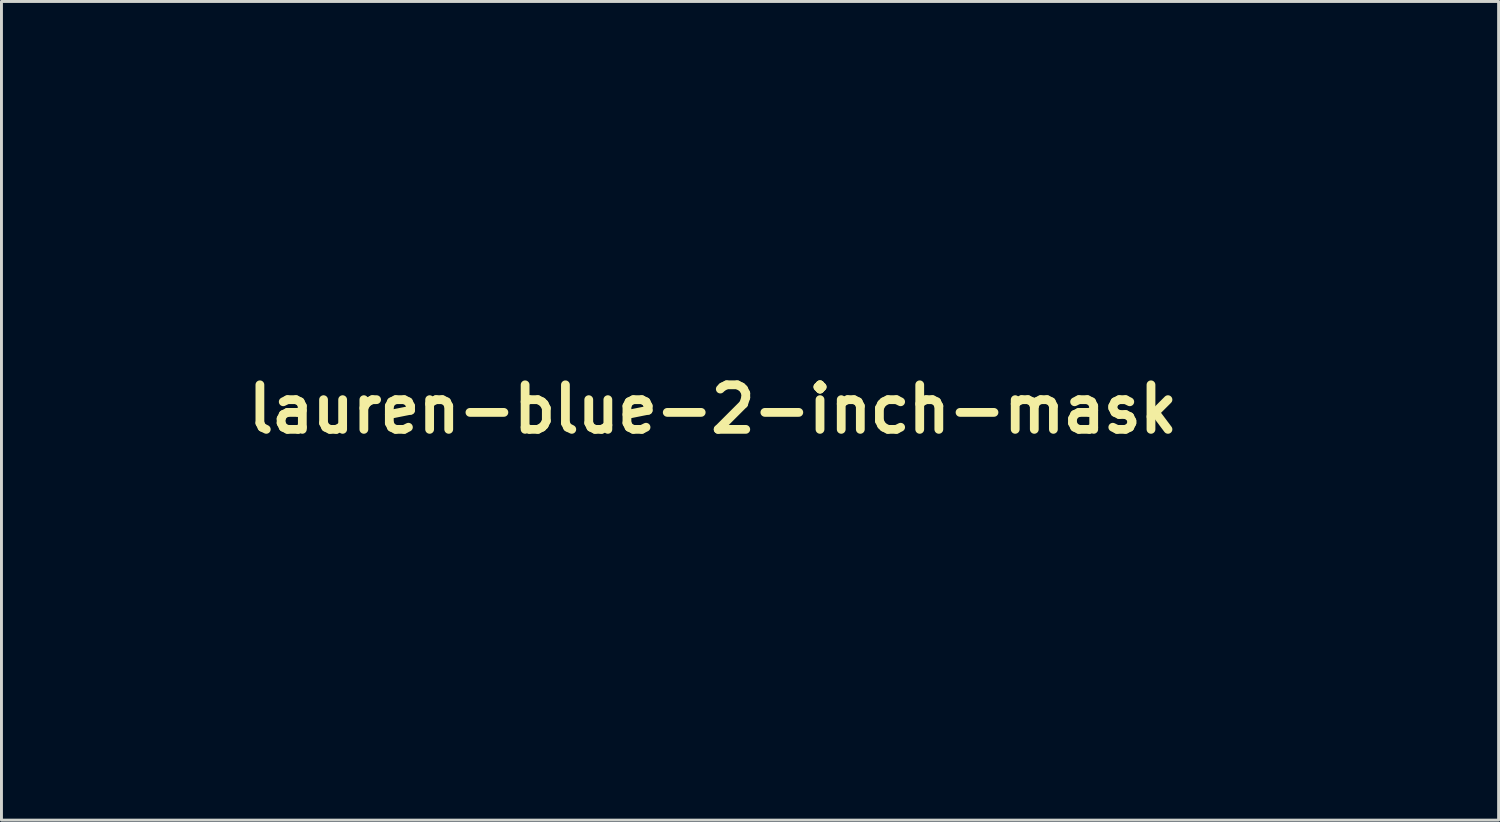
<source format=kicad_pcb>
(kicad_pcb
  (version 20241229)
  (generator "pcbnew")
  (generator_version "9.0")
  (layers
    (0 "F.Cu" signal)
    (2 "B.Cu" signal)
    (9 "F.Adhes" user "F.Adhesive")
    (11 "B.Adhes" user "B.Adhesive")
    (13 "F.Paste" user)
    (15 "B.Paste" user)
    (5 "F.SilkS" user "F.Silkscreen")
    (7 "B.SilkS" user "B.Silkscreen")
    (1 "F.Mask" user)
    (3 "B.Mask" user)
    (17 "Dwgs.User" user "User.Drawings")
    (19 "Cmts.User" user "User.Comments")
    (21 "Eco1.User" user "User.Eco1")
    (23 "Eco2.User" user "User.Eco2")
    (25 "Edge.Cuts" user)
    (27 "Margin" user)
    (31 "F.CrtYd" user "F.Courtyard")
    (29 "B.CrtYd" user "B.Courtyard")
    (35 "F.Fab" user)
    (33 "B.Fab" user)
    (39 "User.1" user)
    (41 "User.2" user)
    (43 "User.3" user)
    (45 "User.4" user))
  (footprint "lauren-blue-2-inch-mask"
    (layer "F.Cu")
    (at 21.334 10.947)
    (property "Reference" "lauren-blue-2-inch-mask" (at 0 0 0) (layer "F.SilkS") (effects (font (size 1.524 1.524) (thickness 0.3))))
    (attr through_hole)
    (fp_poly (pts (xy 8.46 8.902) (xy 8.728 8.922) (xy 8.899 9.461) (xy 9.071 10.001) (xy 9.076 9.446) (xy 9.081 8.89) (xy 9.525 8.89) (xy 9.525 11.049) (xy 9.023 11.049) (xy 8.832 10.462) (xy 8.641 9.874) (xy 8.636 11.049) (xy 8.191 11.049) (xy 8.191 8.883)) (stroke (width 0) (type solid)) (fill yes) (layer "F.Mask"))
    (fp_poly (pts (xy 4.985 0.095) (xy 4.27 0.113) (xy 3.556 0.131) (xy 3.556 1.137) (xy 3.985 1.156) (xy 4.413 1.175) (xy 4.413 1.937) (xy 3.982 1.956) (xy 3.551 1.974) (xy 3.569 2.495) (xy 3.588 3.016) (xy 4.305 3.034) (xy 5.023 3.052) (xy 5.004 3.415) (xy 4.985 3.778) (xy 2.602 3.813) (xy 2.635 -0.667) (xy 4.985 -0.667)) (stroke (width 0) (type solid)) (fill yes) (layer "F.Mask"))
    (fp_poly (pts (xy -1.968 3.815) (xy -3.003 3.778) (xy -3.804 1.302) (xy -3.81 3.81) (xy -4.699 3.81) (xy -4.699 -0.704) (xy -4.207 -0.685) (xy -3.715 -0.667) (xy -3.323 0.529) (xy -3.202 0.896) (xy -3.094 1.22) (xy -3.006 1.481) (xy -2.943 1.662) (xy -2.912 1.744) (xy -2.91 1.746) (xy -2.904 1.693) (xy -2.898 1.531) (xy -2.894 1.281) (xy -2.89 0.96) (xy -2.889 0.588) (xy -2.889 0.55) (xy -2.889 -0.667) (xy -1.968 -0.704)) (stroke (width 0) (type solid)) (fill yes) (layer "F.Mask"))
    (fp_poly (pts (xy -7.112 9.081) (xy -7.118 9.189) (xy -7.156 9.246) (xy -7.259 9.268) (xy -7.456 9.271) (xy -7.461 9.271) (xy -7.811 9.271) (xy -7.811 9.525) (xy -7.803 9.688) (xy -7.762 9.76) (xy -7.661 9.779) (xy -7.62 9.779) (xy -7.485 9.795) (xy -7.435 9.869) (xy -7.429 9.97) (xy -7.445 10.104) (xy -7.519 10.154) (xy -7.62 10.16) (xy -7.811 10.16) (xy -7.811 11.049) (xy -8.022 11.049) (xy -8.179 11.037) (xy -8.273 11.009) (xy -8.276 11.007) (xy -8.29 10.932) (xy -8.303 10.752) (xy -8.312 10.49) (xy -8.317 10.168) (xy -8.319 9.927) (xy -8.319 8.89) (xy -7.112 8.89)) (stroke (width 0) (type solid)) (fill yes) (layer "F.Mask"))
    (fp_poly (pts (xy 18.224 9.081) (xy 18.219 9.189) (xy 18.18 9.246) (xy 18.078 9.268) (xy 17.881 9.271) (xy 17.875 9.271) (xy 17.526 9.271) (xy 17.526 9.525) (xy 17.534 9.688) (xy 17.574 9.76) (xy 17.676 9.779) (xy 17.716 9.779) (xy 17.851 9.795) (xy 17.901 9.869) (xy 17.907 9.97) (xy 17.891 10.104) (xy 17.817 10.154) (xy 17.716 10.16) (xy 17.588 10.173) (xy 17.536 10.237) (xy 17.526 10.379) (xy 17.526 10.598) (xy 17.859 10.617) (xy 18.054 10.633) (xy 18.155 10.664) (xy 18.198 10.734) (xy 18.213 10.843) (xy 18.233 11.049) (xy 17.081 11.049) (xy 17.081 8.89) (xy 18.224 8.89)) (stroke (width 0) (type solid)) (fill yes) (layer "F.Mask"))
    (fp_poly (pts (xy -7.527 -10.083) (xy -7.515 -10.083) (xy -6.89 -10.065) (xy -6.826 -4.35) (xy -4.636 -4.315) (xy -4.636 -3.111) (xy -6.435 -3.111) (xy -6.9 -3.113) (xy -7.324 -3.117) (xy -7.69 -3.123) (xy -7.981 -3.131) (xy -8.181 -3.141) (xy -8.272 -3.152) (xy -8.276 -3.154) (xy -8.284 -3.224) (xy -8.292 -3.409) (xy -8.299 -3.697) (xy -8.305 -4.076) (xy -8.31 -4.536) (xy -8.314 -5.063) (xy -8.317 -5.646) (xy -8.318 -6.273) (xy -8.319 -6.575) (xy -8.318 -7.334) (xy -8.316 -7.976) (xy -8.314 -8.51) (xy -8.309 -8.945) (xy -8.303 -9.291) (xy -8.295 -9.558) (xy -8.284 -9.755) (xy -8.271 -9.891) (xy -8.255 -9.977) (xy -8.236 -10.021) (xy -8.23 -10.028) (xy -8.111 -10.066) (xy -7.874 -10.084)) (stroke (width 0) (type solid)) (fill yes) (layer "F.Mask"))
    (fp_poly (pts (xy 17.1 -10.084) (xy 17.449 -10.076) (xy 17.692 -10.063) (xy 17.836 -10.044) (xy 17.883 -10.026) (xy 17.931 -9.923) (xy 17.961 -9.734) (xy 17.974 -9.499) (xy 17.968 -9.259) (xy 17.944 -9.052) (xy 17.903 -8.919) (xy 17.887 -8.899) (xy 17.79 -8.871) (xy 17.58 -8.847) (xy 17.272 -8.828) (xy 16.88 -8.815) (xy 16.759 -8.812) (xy 15.716 -8.795) (xy 15.698 -8.017) (xy 15.681 -7.239) (xy 16.31 -7.239) (xy 16.633 -7.233) (xy 16.848 -7.214) (xy 16.973 -7.18) (xy 17.013 -7.15) (xy 17.052 -7.03) (xy 17.07 -6.801) (xy 17.068 -6.531) (xy 17.05 -6.001) (xy 15.716 -5.937) (xy 15.716 -4.35) (xy 17.939 -4.286) (xy 17.939 -3.143) (xy 16.113 -3.126) (xy 14.286 -3.11) (xy 14.303 -6.587) (xy 14.319 -10.065) (xy 16.058 -10.082) (xy 16.639 -10.085)) (stroke (width 0) (type solid)) (fill yes) (layer "F.Mask"))
    (fp_poly (pts (xy 23.219 -10.083) (xy 23.844 -10.065) (xy 23.844 -3.143) (xy 22.304 -3.108) (xy 21.911 -4.332) (xy 21.771 -4.767) (xy 21.625 -5.219) (xy 21.484 -5.652) (xy 21.359 -6.03) (xy 21.274 -6.287) (xy 21.029 -7.017) (xy 21.018 -3.111) (xy 19.62 -3.111) (xy 19.637 -6.588) (xy 19.653 -10.065) (xy 21.168 -10.065) (xy 21.788 -8.137) (xy 21.94 -7.666) (xy 22.082 -7.234) (xy 22.207 -6.855) (xy 22.312 -6.546) (xy 22.391 -6.32) (xy 22.439 -6.192) (xy 22.451 -6.169) (xy 22.461 -6.219) (xy 22.468 -6.382) (xy 22.472 -6.641) (xy 22.474 -6.982) (xy 22.473 -7.39) (xy 22.469 -7.851) (xy 22.466 -8.05) (xy 22.459 -8.631) (xy 22.456 -9.095) (xy 22.458 -9.453) (xy 22.466 -9.717) (xy 22.478 -9.895) (xy 22.496 -9.999) (xy 22.516 -10.037) (xy 22.612 -10.064) (xy 22.807 -10.081) (xy 23.072 -10.086)) (stroke (width 0) (type solid)) (fill yes) (layer "F.Mask"))
    (fp_poly (pts (xy -5.716 1.093) (xy -5.718 1.626) (xy -5.721 2.048) (xy -5.726 2.375) (xy -5.736 2.622) (xy -5.75 2.806) (xy -5.77 2.941) (xy -5.796 3.044) (xy -5.83 3.131) (xy -5.835 3.143) (xy -6.02 3.436) (xy -6.263 3.673) (xy -6.497 3.806) (xy -6.798 3.868) (xy -7.144 3.862) (xy -7.476 3.791) (xy -7.612 3.736) (xy -7.903 3.524) (xy -8.073 3.311) (xy -8.255 3.023) (xy -8.255 -0.699) (xy -7.366 -0.699) (xy -7.365 1) (xy -7.364 1.558) (xy -7.358 2.002) (xy -7.347 2.345) (xy -7.327 2.601) (xy -7.297 2.783) (xy -7.255 2.905) (xy -7.197 2.978) (xy -7.122 3.018) (xy -7.028 3.037) (xy -7.023 3.037) (xy -6.867 3.029) (xy -6.771 2.986) (xy -6.745 2.899) (xy -6.722 2.691) (xy -6.703 2.361) (xy -6.686 1.907) (xy -6.671 1.328) (xy -6.668 1.124) (xy -6.636 -0.667) (xy -5.715 -0.704)) (stroke (width 0) (type solid)) (fill yes) (layer "F.Mask"))
    (fp_poly (pts (xy 6.224 8.922) (xy 6.364 9.034) (xy 6.461 9.212) (xy 6.517 9.471) (xy 6.536 9.827) (xy 6.531 10.122) (xy 6.519 10.41) (xy 6.501 10.601) (xy 6.47 10.725) (xy 6.419 10.81) (xy 6.34 10.888) (xy 6.331 10.896) (xy 6.102 11.021) (xy 5.841 11.056) (xy 5.591 11.003) (xy 5.426 10.893) (xy 5.361 10.821) (xy 5.317 10.743) (xy 5.291 10.634) (xy 5.277 10.468) (xy 5.272 10.261) (xy 5.725 10.261) (xy 5.742 10.478) (xy 5.783 10.6) (xy 5.853 10.642) (xy 5.95 10.623) (xy 5.99 10.578) (xy 6.014 10.467) (xy 6.023 10.271) (xy 6.019 9.97) (xy 6.019 9.946) (xy 6.009 9.655) (xy 5.995 9.467) (xy 5.972 9.361) (xy 5.935 9.314) (xy 5.879 9.303) (xy 5.874 9.303) (xy 5.815 9.312) (xy 5.777 9.357) (xy 5.753 9.458) (xy 5.739 9.641) (xy 5.729 9.926) (xy 5.728 9.933) (xy 5.725 10.261) (xy 5.272 10.261) (xy 5.271 10.22) (xy 5.271 9.946) (xy 5.271 9.155) (xy 5.466 8.991) (xy 5.716 8.853) (xy 5.989 8.84)) (stroke (width 0) (type solid)) (fill yes) (layer "F.Mask"))
    (fp_poly (pts (xy -4.694 8.881) (xy -4.513 8.991) (xy -4.318 9.155) (xy -4.318 9.946) (xy -4.319 10.278) (xy -4.326 10.507) (xy -4.342 10.66) (xy -4.372 10.761) (xy -4.42 10.835) (xy -4.474 10.893) (xy -4.682 11.019) (xy -4.937 11.056) (xy -5.195 11.005) (xy -5.376 10.898) (xy -5.456 10.821) (xy -5.509 10.738) (xy -5.541 10.619) (xy -5.561 10.435) (xy -5.57 10.261) (xy -5.07 10.261) (xy -5.053 10.478) (xy -5.012 10.6) (xy -4.942 10.642) (xy -4.845 10.623) (xy -4.805 10.578) (xy -4.781 10.467) (xy -4.772 10.271) (xy -4.776 9.97) (xy -4.776 9.946) (xy -4.786 9.655) (xy -4.8 9.467) (xy -4.823 9.361) (xy -4.86 9.314) (xy -4.916 9.303) (xy -4.921 9.303) (xy -4.98 9.312) (xy -5.018 9.357) (xy -5.042 9.458) (xy -5.056 9.641) (xy -5.066 9.926) (xy -5.067 9.933) (xy -5.07 10.261) (xy -5.57 10.261) (xy -5.575 10.158) (xy -5.577 10.111) (xy -5.581 9.745) (xy -5.564 9.447) (xy -5.527 9.246) (xy -5.526 9.245) (xy -5.394 9.02) (xy -5.19 8.88) (xy -4.946 8.831)) (stroke (width 0) (type solid)) (fill yes) (layer "F.Mask"))
    (fp_poly (pts (xy 14.646 8.903) (xy 14.898 8.917) (xy 15.058 8.941) (xy 15.159 8.986) (xy 15.236 9.063) (xy 15.258 9.091) (xy 15.359 9.322) (xy 15.378 9.598) (xy 15.314 9.868) (xy 15.274 9.949) (xy 15.219 10.053) (xy 15.198 10.149) (xy 15.213 10.273) (xy 15.266 10.465) (xy 15.297 10.567) (xy 15.363 10.783) (xy 15.41 10.945) (xy 15.43 11.022) (xy 15.431 11.024) (xy 15.375 11.041) (xy 15.237 11.049) (xy 15.21 11.049) (xy 15.074 11.037) (xy 14.978 10.985) (xy 14.905 10.869) (xy 14.837 10.667) (xy 14.792 10.493) (xy 14.737 10.309) (xy 14.684 10.188) (xy 14.656 10.16) (xy 14.631 10.218) (xy 14.613 10.371) (xy 14.605 10.587) (xy 14.605 10.604) (xy 14.605 11.049) (xy 14.161 11.049) (xy 14.161 9.525) (xy 14.605 9.525) (xy 14.617 9.7) (xy 14.669 9.77) (xy 14.779 9.756) (xy 14.822 9.74) (xy 14.918 9.651) (xy 14.931 9.52) (xy 14.874 9.387) (xy 14.763 9.293) (xy 14.663 9.271) (xy 14.627 9.327) (xy 14.606 9.468) (xy 14.605 9.525) (xy 14.161 9.525) (xy 14.161 8.885)) (stroke (width 0) (type solid)) (fill yes) (layer "F.Mask"))
    (fp_poly (pts (xy -1.89 8.895) (xy -1.73 8.915) (xy -1.622 8.961) (xy -1.529 9.043) (xy -1.519 9.054) (xy -1.407 9.25) (xy -1.36 9.497) (xy -1.38 9.745) (xy -1.47 9.944) (xy -1.483 9.96) (xy -1.543 10.033) (xy -1.567 10.107) (xy -1.556 10.216) (xy -1.509 10.394) (xy -1.468 10.532) (xy -1.402 10.753) (xy -1.354 10.925) (xy -1.334 11.012) (xy -1.333 11.015) (xy -1.389 11.037) (xy -1.527 11.04) (xy -1.57 11.037) (xy -1.694 11.021) (xy -1.775 10.982) (xy -1.832 10.891) (xy -1.89 10.72) (xy -1.928 10.589) (xy -1.996 10.377) (xy -2.058 10.224) (xy -2.103 10.16) (xy -2.105 10.16) (xy -2.131 10.218) (xy -2.151 10.371) (xy -2.159 10.587) (xy -2.159 10.604) (xy -2.159 11.049) (xy -2.603 11.049) (xy -2.603 9.525) (xy -2.159 9.525) (xy -2.147 9.7) (xy -2.095 9.77) (xy -1.985 9.756) (xy -1.942 9.74) (xy -1.846 9.651) (xy -1.833 9.52) (xy -1.89 9.387) (xy -2.001 9.293) (xy -2.101 9.271) (xy -2.137 9.327) (xy -2.158 9.468) (xy -2.159 9.525) (xy -2.603 9.525) (xy -2.603 8.89) (xy -2.138 8.89)) (stroke (width 0) (type solid)) (fill yes) (layer "F.Mask"))
    (fp_poly (pts (xy 20.65 8.881) (xy 20.851 9.023) (xy 20.984 9.222) (xy 21.018 9.393) (xy 21.006 9.526) (xy 20.942 9.579) (xy 20.803 9.588) (xy 20.647 9.57) (xy 20.571 9.498) (xy 20.548 9.43) (xy 20.479 9.304) (xy 20.385 9.277) (xy 20.302 9.355) (xy 20.294 9.375) (xy 20.308 9.467) (xy 20.41 9.606) (xy 20.608 9.804) (xy 20.636 9.83) (xy 20.827 10.01) (xy 20.941 10.139) (xy 20.998 10.25) (xy 21.017 10.375) (xy 21.018 10.459) (xy 20.971 10.738) (xy 20.832 10.93) (xy 20.606 11.032) (xy 20.434 11.047) (xy 20.24 11.028) (xy 20.089 10.984) (xy 20.06 10.968) (xy 19.913 10.795) (xy 19.823 10.578) (xy 19.812 10.482) (xy 19.837 10.39) (xy 19.934 10.354) (xy 20.024 10.351) (xy 20.192 10.376) (xy 20.29 10.472) (xy 20.308 10.508) (xy 20.397 10.623) (xy 20.477 10.628) (xy 20.562 10.547) (xy 20.542 10.418) (xy 20.421 10.254) (xy 20.207 10.067) (xy 20.158 10.031) (xy 19.941 9.815) (xy 19.829 9.57) (xy 19.827 9.317) (xy 19.937 9.081) (xy 19.998 9.012) (xy 20.184 8.872) (xy 20.39 8.827) (xy 20.415 8.826)) (stroke (width 0) (type solid)) (fill yes) (layer "F.Mask"))
    (fp_poly (pts (xy 12.006 8.858) (xy 12.224 8.957) (xy 12.379 9.124) (xy 12.445 9.347) (xy 12.446 9.372) (xy 12.435 9.518) (xy 12.377 9.577) (xy 12.232 9.588) (xy 12.231 9.588) (xy 12.075 9.571) (xy 11.999 9.498) (xy 11.974 9.426) (xy 11.906 9.3) (xy 11.825 9.283) (xy 11.773 9.31) (xy 11.739 9.383) (xy 11.717 9.525) (xy 11.703 9.759) (xy 11.697 9.933) (xy 11.696 10.277) (xy 11.718 10.504) (xy 11.765 10.623) (xy 11.841 10.641) (xy 11.92 10.593) (xy 11.986 10.487) (xy 11.999 10.356) (xy 11.963 10.252) (xy 11.906 10.223) (xy 11.831 10.167) (xy 11.811 10.033) (xy 11.818 9.92) (xy 11.861 9.864) (xy 11.972 9.845) (xy 12.129 9.842) (xy 12.446 9.842) (xy 12.446 10.29) (xy 12.44 10.537) (xy 12.416 10.697) (xy 12.364 10.808) (xy 12.29 10.893) (xy 12.082 11.019) (xy 11.827 11.056) (xy 11.569 11.005) (xy 11.388 10.898) (xy 11.308 10.821) (xy 11.255 10.738) (xy 11.223 10.619) (xy 11.203 10.435) (xy 11.189 10.158) (xy 11.187 10.111) (xy 11.183 9.689) (xy 11.212 9.373) (xy 11.279 9.148) (xy 11.388 8.995) (xy 11.496 8.921) (xy 11.754 8.842)) (stroke (width 0) (type solid)) (fill yes) (layer "F.Mask"))
    (fp_poly (pts (xy 23.552 8.903) (xy 23.715 9.014) (xy 23.796 9.164) (xy 23.834 9.346) (xy 23.829 9.492) (xy 23.768 9.555) (xy 23.64 9.576) (xy 23.493 9.574) (xy 23.421 9.511) (xy 23.394 9.43) (xy 23.327 9.304) (xy 23.25 9.284) (xy 23.146 9.348) (xy 23.141 9.465) (xy 23.231 9.613) (xy 23.314 9.696) (xy 23.563 9.914) (xy 23.726 10.076) (xy 23.822 10.203) (xy 23.867 10.314) (xy 23.876 10.413) (xy 23.828 10.704) (xy 23.688 10.909) (xy 23.46 11.023) (xy 23.254 11.047) (xy 23.031 11.023) (xy 22.868 10.933) (xy 22.825 10.893) (xy 22.697 10.692) (xy 22.669 10.544) (xy 22.683 10.411) (xy 22.75 10.359) (xy 22.877 10.351) (xy 23.046 10.379) (xy 23.141 10.48) (xy 23.147 10.493) (xy 23.217 10.597) (xy 23.273 10.622) (xy 23.325 10.563) (xy 23.355 10.448) (xy 23.355 10.337) (xy 23.318 10.287) (xy 23.318 10.287) (xy 23.244 10.247) (xy 23.109 10.142) (xy 22.964 10.013) (xy 22.799 9.849) (xy 22.71 9.721) (xy 22.675 9.589) (xy 22.669 9.469) (xy 22.684 9.271) (xy 22.718 9.113) (xy 22.731 9.085) (xy 22.871 8.944) (xy 23.083 8.865) (xy 23.324 8.85)) (stroke (width 0) (type solid)) (fill yes) (layer "F.Mask"))
    (fp_poly (pts (xy -19.527 -10.876) (xy -19.464 -10.712) (xy -19.383 -10.483) (xy -19.331 -10.33) (xy -19.135 -9.747) (xy -18.442 -9.716) (xy -17.748 -9.684) (xy -18.308 -9.28) (xy -18.532 -9.11) (xy -18.709 -8.961) (xy -18.817 -8.851) (xy -18.841 -8.803) (xy -18.746 -8.533) (xy -18.656 -8.257) (xy -18.58 -8.003) (xy -18.525 -7.798) (xy -18.499 -7.669) (xy -18.501 -7.64) (xy -18.564 -7.659) (xy -18.703 -7.74) (xy -18.894 -7.867) (xy -18.987 -7.934) (xy -19.202 -8.086) (xy -19.385 -8.21) (xy -19.507 -8.285) (xy -19.531 -8.297) (xy -19.627 -8.28) (xy -19.785 -8.199) (xy -19.956 -8.084) (xy -20.258 -7.861) (xy -20.472 -7.709) (xy -20.608 -7.621) (xy -20.678 -7.59) (xy -20.694 -7.609) (xy -20.689 -7.623) (xy -20.656 -7.722) (xy -20.597 -7.91) (xy -20.521 -8.154) (xy -20.481 -8.286) (xy -20.307 -8.856) (xy -20.52 -9.034) (xy -20.701 -9.177) (xy -20.922 -9.339) (xy -21.033 -9.416) (xy -21.196 -9.535) (xy -21.306 -9.629) (xy -21.334 -9.668) (xy -21.276 -9.687) (xy -21.117 -9.703) (xy -20.883 -9.713) (xy -20.673 -9.716) (xy -20.011 -9.716) (xy -19.803 -10.348) (xy -19.715 -10.604) (xy -19.639 -10.804) (xy -19.584 -10.924) (xy -19.561 -10.947)) (stroke (width 0) (type solid)) (fill yes) (layer "F.Mask"))
    (fp_poly (pts (xy 3.262 8.896) (xy 3.456 9.015) (xy 3.571 9.226) (xy 3.594 9.319) (xy 3.614 9.449) (xy 3.584 9.508) (xy 3.472 9.524) (xy 3.373 9.525) (xy 3.204 9.515) (xy 3.128 9.474) (xy 3.111 9.398) (xy 3.066 9.299) (xy 2.966 9.271) (xy 2.866 9.318) (xy 2.833 9.371) (xy 2.808 9.508) (xy 2.796 9.724) (xy 2.796 9.977) (xy 2.807 10.226) (xy 2.829 10.43) (xy 2.858 10.543) (xy 2.952 10.625) (xy 3.051 10.607) (xy 3.109 10.503) (xy 3.111 10.471) (xy 3.135 10.392) (xy 3.229 10.357) (xy 3.365 10.351) (xy 3.529 10.359) (xy 3.602 10.4) (xy 3.619 10.496) (xy 3.619 10.514) (xy 3.571 10.678) (xy 3.444 10.853) (xy 3.434 10.863) (xy 3.277 10.99) (xy 3.105 11.042) (xy 2.963 11.049) (xy 2.763 11.033) (xy 2.626 10.968) (xy 2.514 10.854) (xy 2.442 10.761) (xy 2.395 10.668) (xy 2.368 10.546) (xy 2.354 10.367) (xy 2.35 10.102) (xy 2.349 9.936) (xy 2.351 9.62) (xy 2.36 9.402) (xy 2.381 9.256) (xy 2.418 9.155) (xy 2.476 9.069) (xy 2.503 9.036) (xy 2.619 8.926) (xy 2.751 8.873) (xy 2.95 8.858) (xy 2.977 8.858)) (stroke (width 0) (type solid)) (fill yes) (layer "F.Mask"))
    (fp_poly (pts (xy 22.05 -0.698) (xy 22.479 -0.69) (xy 22.806 -0.661) (xy 23.058 -0.607) (xy 23.259 -0.52) (xy 23.435 -0.397) (xy 23.461 -0.375) (xy 23.592 -0.248) (xy 23.694 -0.114) (xy 23.768 0.043) (xy 23.82 0.243) (xy 23.851 0.502) (xy 23.867 0.838) (xy 23.87 1.27) (xy 23.865 1.693) (xy 23.858 2.137) (xy 23.85 2.473) (xy 23.839 2.72) (xy 23.824 2.898) (xy 23.801 3.025) (xy 23.769 3.121) (xy 23.724 3.205) (xy 23.674 3.283) (xy 23.518 3.481) (xy 23.339 3.624) (xy 23.112 3.721) (xy 22.818 3.779) (xy 22.433 3.806) (xy 22.141 3.81) (xy 21.336 3.81) (xy 21.336 2.293) (xy 22.235 2.293) (xy 22.236 2.596) (xy 22.24 2.818) (xy 22.246 2.94) (xy 22.249 2.955) (xy 22.327 3.004) (xy 22.472 3.003) (xy 22.637 2.961) (xy 22.779 2.887) (xy 22.83 2.836) (xy 22.865 2.76) (xy 22.891 2.635) (xy 22.908 2.444) (xy 22.918 2.169) (xy 22.923 1.794) (xy 22.924 1.556) (xy 22.921 1.089) (xy 22.91 0.735) (xy 22.887 0.479) (xy 22.846 0.305) (xy 22.783 0.2) (xy 22.695 0.148) (xy 22.575 0.135) (xy 22.489 0.139) (xy 22.257 0.159) (xy 22.24 1.522) (xy 22.236 1.928) (xy 22.235 2.293) (xy 21.336 2.293) (xy 21.336 -0.699)) (stroke (width 0) (type solid)) (fill yes) (layer "F.Mask"))
    (fp_poly (pts (xy 10.37 -10.064) (xy 10.697 -10.061) (xy 10.938 -10.054) (xy 11.116 -10.039) (xy 11.252 -10.015) (xy 11.366 -9.98) (xy 11.48 -9.931) (xy 11.57 -9.887) (xy 11.888 -9.696) (xy 12.137 -9.456) (xy 12.348 -9.137) (xy 12.44 -8.954) (xy 12.519 -8.769) (xy 12.568 -8.596) (xy 12.594 -8.394) (xy 12.604 -8.124) (xy 12.604 -7.969) (xy 12.601 -7.662) (xy 12.585 -7.441) (xy 12.549 -7.267) (xy 12.487 -7.1) (xy 12.426 -6.971) (xy 12.286 -6.734) (xy 12.116 -6.512) (xy 12.004 -6.399) (xy 11.761 -6.191) (xy 12.228 -4.699) (xy 12.355 -4.285) (xy 12.464 -3.912) (xy 12.552 -3.595) (xy 12.614 -3.353) (xy 12.644 -3.201) (xy 12.644 -3.157) (xy 12.564 -3.138) (xy 12.385 -3.126) (xy 12.135 -3.122) (xy 11.907 -3.125) (xy 11.22 -3.143) (xy 10.442 -5.937) (xy 10.035 -5.977) (xy 10.001 -3.143) (xy 9.318 -3.125) (xy 8.635 -3.107) (xy 8.651 -6.586) (xy 8.662 -8.826) (xy 10.033 -8.826) (xy 10.033 -7.112) (xy 10.405 -7.112) (xy 10.634 -7.121) (xy 10.783 -7.158) (xy 10.901 -7.237) (xy 10.944 -7.278) (xy 11.096 -7.51) (xy 11.172 -7.8) (xy 11.173 -8.109) (xy 11.1 -8.397) (xy 10.952 -8.626) (xy 10.927 -8.65) (xy 10.782 -8.759) (xy 10.628 -8.811) (xy 10.41 -8.826) (xy 10.381 -8.826) (xy 10.033 -8.826) (xy 8.662 -8.826) (xy 8.668 -10.065) (xy 9.938 -10.065)) (stroke (width 0) (type solid)) (fill yes) (layer "F.Mask"))
    (fp_poly (pts (xy 4.255 -7.363) (xy 4.263 -6.7) (xy 4.271 -6.152) (xy 4.279 -5.707) (xy 4.288 -5.354) (xy 4.299 -5.08) (xy 4.312 -4.875) (xy 4.327 -4.725) (xy 4.346 -4.62) (xy 4.368 -4.547) (xy 4.395 -4.495) (xy 4.397 -4.493) (xy 4.557 -4.35) (xy 4.774 -4.275) (xy 4.994 -4.283) (xy 5.072 -4.314) (xy 5.141 -4.354) (xy 5.198 -4.401) (xy 5.244 -4.467) (xy 5.282 -4.563) (xy 5.312 -4.702) (xy 5.335 -4.893) (xy 5.353 -5.149) (xy 5.366 -5.481) (xy 5.377 -5.901) (xy 5.386 -6.419) (xy 5.394 -7.049) (xy 5.397 -7.366) (xy 5.429 -10.065) (xy 6.763 -10.065) (xy 6.779 -7.369) (xy 6.783 -6.658) (xy 6.784 -6.063) (xy 6.781 -5.569) (xy 6.773 -5.165) (xy 6.758 -4.839) (xy 6.735 -4.578) (xy 6.703 -4.37) (xy 6.66 -4.202) (xy 6.606 -4.062) (xy 6.538 -3.938) (xy 6.456 -3.817) (xy 6.394 -3.735) (xy 6.142 -3.484) (xy 5.801 -3.263) (xy 5.786 -3.255) (xy 5.575 -3.152) (xy 5.401 -3.091) (xy 5.218 -3.061) (xy 4.976 -3.052) (xy 4.836 -3.053) (xy 4.559 -3.063) (xy 4.308 -3.085) (xy 4.128 -3.116) (xy 4.096 -3.125) (xy 3.722 -3.317) (xy 3.386 -3.602) (xy 3.114 -3.949) (xy 2.937 -4.328) (xy 2.921 -4.381) (xy 2.904 -4.511) (xy 2.891 -4.762) (xy 2.88 -5.127) (xy 2.874 -5.598) (xy 2.87 -6.169) (xy 2.87 -6.834) (xy 2.873 -7.344) (xy 2.889 -10.065) (xy 4.223 -10.065)) (stroke (width 0) (type solid)) (fill yes) (layer "F.Mask"))
    (fp_poly (pts (xy 0.579 -0.66) (xy 0.843 -0.604) (xy 1.053 -0.512) (xy 1.206 -0.404) (xy 1.338 -0.285) (xy 1.438 -0.168) (xy 1.512 -0.033) (xy 1.564 0.14) (xy 1.598 0.369) (xy 1.62 0.674) (xy 1.633 1.074) (xy 1.64 1.401) (xy 1.645 1.924) (xy 1.639 2.352) (xy 1.623 2.674) (xy 1.597 2.883) (xy 1.59 2.91) (xy 1.467 3.191) (xy 1.268 3.455) (xy 1.031 3.658) (xy 0.908 3.724) (xy 0.759 3.761) (xy 0.532 3.788) (xy 0.255 3.806) (xy -0.045 3.814) (xy -0.34 3.811) (xy -0.601 3.799) (xy -0.801 3.776) (xy -0.911 3.743) (xy -0.924 3.73) (xy -0.93 3.65) (xy -0.936 3.458) (xy -0.939 3.169) (xy -0.941 2.799) (xy -0.942 2.364) (xy -0.94 1.878) (xy -0.937 1.492) (xy -0.927 0.127) (xy 0 0.127) (xy 0 1.545) (xy 0.001 1.957) (xy 0.005 2.324) (xy 0.011 2.629) (xy 0.019 2.853) (xy 0.028 2.977) (xy 0.032 2.996) (xy 0.11 3.007) (xy 0.261 2.995) (xy 0.301 2.989) (xy 0.509 2.916) (xy 0.619 2.793) (xy 0.651 2.69) (xy 0.672 2.515) (xy 0.684 2.252) (xy 0.688 1.89) (xy 0.684 1.471) (xy 0.677 1.057) (xy 0.668 0.751) (xy 0.656 0.536) (xy 0.638 0.392) (xy 0.613 0.302) (xy 0.578 0.247) (xy 0.543 0.217) (xy 0.393 0.153) (xy 0.21 0.127) (xy 0 0.127) (xy -0.927 0.127) (xy -0.921 -0.667) (xy -0.205 -0.685) (xy 0.237 -0.686)) (stroke (width 0) (type solid)) (fill yes) (layer "F.Mask"))
    (fp_poly (pts (xy 7.187 -0.666) (xy 7.441 -0.66) (xy 7.62 -0.646) (xy 7.748 -0.619) (xy 7.851 -0.577) (xy 7.954 -0.515) (xy 7.982 -0.496) (xy 8.251 -0.248) (xy 8.424 0.078) (xy 8.503 0.486) (xy 8.509 0.651) (xy 8.492 0.994) (xy 8.433 1.253) (xy 8.317 1.468) (xy 8.176 1.634) (xy 7.978 1.839) (xy 8.275 2.784) (xy 8.377 3.111) (xy 8.464 3.395) (xy 8.529 3.613) (xy 8.567 3.744) (xy 8.572 3.772) (xy 8.514 3.79) (xy 8.36 3.8) (xy 8.14 3.799) (xy 8.088 3.797) (xy 7.604 3.778) (xy 7.427 3.143) (xy 7.344 2.842) (xy 7.265 2.556) (xy 7.203 2.327) (xy 7.179 2.238) (xy 7.114 2.057) (xy 7.034 1.977) (xy 6.983 1.968) (xy 6.934 1.975) (xy 6.9 2.009) (xy 6.878 2.088) (xy 6.865 2.232) (xy 6.86 2.461) (xy 6.858 2.792) (xy 6.858 2.889) (xy 6.858 3.81) (xy 6.412 3.81) (xy 6.131 3.799) (xy 5.972 3.764) (xy 5.934 3.73) (xy 5.928 3.65) (xy 5.922 3.458) (xy 5.919 3.169) (xy 5.917 2.799) (xy 5.916 2.364) (xy 5.918 1.878) (xy 5.921 1.492) (xy 5.931 0.127) (xy 6.858 0.127) (xy 6.858 0.656) (xy 6.863 0.904) (xy 6.875 1.101) (xy 6.894 1.214) (xy 6.9 1.228) (xy 7.022 1.27) (xy 7.195 1.243) (xy 7.369 1.154) (xy 7.382 1.144) (xy 7.546 0.942) (xy 7.595 0.69) (xy 7.554 0.469) (xy 7.442 0.262) (xy 7.265 0.153) (xy 7.053 0.127) (xy 6.858 0.127) (xy 5.931 0.127) (xy 5.937 -0.667) (xy 6.831 -0.667)) (stroke (width 0) (type solid)) (fill yes) (layer "F.Mask"))
    (fp_poly (pts (xy 19.37 -0.7) (xy 19.642 -0.622) (xy 19.874 -0.473) (xy 20.014 -0.339) (xy 20.109 -0.23) (xy 20.182 -0.117) (xy 20.236 0.017) (xy 20.274 0.192) (xy 20.298 0.424) (xy 20.312 0.73) (xy 20.319 1.13) (xy 20.32 1.594) (xy 20.319 2.057) (xy 20.316 2.411) (xy 20.308 2.675) (xy 20.295 2.869) (xy 20.274 3.011) (xy 20.245 3.119) (xy 20.206 3.212) (xy 20.192 3.241) (xy 19.975 3.535) (xy 19.674 3.736) (xy 19.293 3.84) (xy 19.121 3.854) (xy 18.874 3.854) (xy 18.654 3.837) (xy 18.529 3.814) (xy 18.201 3.645) (xy 17.943 3.378) (xy 17.849 3.218) (xy 17.805 3.117) (xy 17.771 3.01) (xy 17.748 2.878) (xy 17.732 2.701) (xy 17.722 2.459) (xy 17.718 2.134) (xy 17.717 1.705) (xy 17.716 1.597) (xy 17.719 1.092) (xy 17.728 0.696) (xy 17.747 0.39) (xy 17.765 0.257) (xy 18.669 0.257) (xy 18.669 1.553) (xy 18.67 2.026) (xy 18.677 2.387) (xy 18.694 2.652) (xy 18.724 2.834) (xy 18.771 2.95) (xy 18.839 3.015) (xy 18.932 3.042) (xy 19.054 3.048) (xy 19.058 3.048) (xy 19.197 3.025) (xy 19.288 2.934) (xy 19.339 2.828) (xy 19.372 2.682) (xy 19.399 2.437) (xy 19.418 2.123) (xy 19.43 1.766) (xy 19.434 1.396) (xy 19.43 1.041) (xy 19.418 0.729) (xy 19.397 0.488) (xy 19.369 0.353) (xy 19.247 0.174) (xy 19.075 0.094) (xy 18.883 0.122) (xy 18.83 0.151) (xy 18.669 0.257) (xy 17.765 0.257) (xy 17.779 0.156) (xy 17.827 -0.023) (xy 17.894 -0.167) (xy 17.984 -0.292) (xy 18.053 -0.37) (xy 18.275 -0.557) (xy 18.536 -0.669) (xy 18.869 -0.717) (xy 19.018 -0.721)) (stroke (width 0) (type solid)) (fill yes) (layer "F.Mask"))
    (fp_poly (pts (xy 15.919 -0.674) (xy 16.265 -0.522) (xy 16.538 -0.268) (xy 16.638 -0.117) (xy 16.693 -0.014) (xy 16.735 0.088) (xy 16.764 0.21) (xy 16.785 0.373) (xy 16.799 0.598) (xy 16.809 0.906) (xy 16.817 1.319) (xy 16.817 1.343) (xy 16.822 1.901) (xy 16.812 2.349) (xy 16.786 2.703) (xy 16.739 2.979) (xy 16.672 3.194) (xy 16.581 3.364) (xy 16.524 3.439) (xy 16.246 3.674) (xy 15.891 3.821) (xy 15.494 3.871) (xy 15.205 3.844) (xy 14.938 3.775) (xy 14.888 3.754) (xy 14.576 3.547) (xy 14.34 3.256) (xy 14.221 2.974) (xy 14.196 2.805) (xy 14.179 2.523) (xy 14.169 2.14) (xy 14.169 1.669) (xy 14.17 1.527) (xy 15.113 1.527) (xy 15.113 1.542) (xy 15.115 2.019) (xy 15.125 2.384) (xy 15.146 2.652) (xy 15.182 2.837) (xy 15.237 2.955) (xy 15.314 3.019) (xy 15.417 3.045) (xy 15.494 3.048) (xy 15.689 2.992) (xy 15.776 2.907) (xy 15.813 2.833) (xy 15.839 2.719) (xy 15.857 2.547) (xy 15.868 2.299) (xy 15.874 1.956) (xy 15.875 1.601) (xy 15.872 1.14) (xy 15.862 0.789) (xy 15.842 0.531) (xy 15.81 0.349) (xy 15.764 0.225) (xy 15.7 0.144) (xy 15.659 0.112) (xy 15.488 0.067) (xy 15.306 0.135) (xy 15.24 0.191) (xy 15.196 0.243) (xy 15.163 0.31) (xy 15.141 0.412) (xy 15.126 0.565) (xy 15.118 0.79) (xy 15.114 1.105) (xy 15.113 1.527) (xy 14.17 1.527) (xy 14.172 1.4) (xy 14.179 0.96) (xy 14.187 0.627) (xy 14.197 0.383) (xy 14.213 0.208) (xy 14.236 0.082) (xy 14.269 -0.014) (xy 14.315 -0.098) (xy 14.367 -0.178) (xy 14.618 -0.457) (xy 14.94 -0.635) (xy 15.339 -0.717) (xy 15.498 -0.723)) (stroke (width 0) (type solid)) (fill yes) (layer "F.Mask"))
    (fp_poly (pts (xy -0.602 -10.095) (xy -0.391 -10.088) (xy -0.261 -10.072) (xy -0.187 -10.041) (xy -0.146 -9.992) (xy -0.128 -9.954) (xy -0.105 -9.868) (xy -0.059 -9.673) (xy 0.008 -9.383) (xy 0.091 -9.011) (xy 0.189 -8.572) (xy 0.297 -8.08) (xy 0.413 -7.549) (xy 0.534 -6.993) (xy 0.656 -6.427) (xy 0.778 -5.865) (xy 0.894 -5.32) (xy 1.003 -4.807) (xy 1.102 -4.34) (xy 1.187 -3.934) (xy 1.256 -3.601) (xy 1.304 -3.358) (xy 1.33 -3.217) (xy 1.334 -3.189) (xy 1.303 -3.152) (xy 1.201 -3.13) (xy 1.01 -3.121) (xy 0.713 -3.123) (xy 0.619 -3.125) (xy -0.095 -3.143) (xy -0.289 -4.159) (xy -1.619 -4.159) (xy -1.798 -3.111) (xy -2.483 -3.111) (xy -2.764 -3.116) (xy -2.994 -3.127) (xy -3.147 -3.143) (xy -3.195 -3.159) (xy -3.187 -3.229) (xy -3.154 -3.408) (xy -3.099 -3.684) (xy -3.026 -4.043) (xy -2.936 -4.47) (xy -2.834 -4.953) (xy -2.721 -5.476) (xy -2.707 -5.544) (xy -1.378 -5.544) (xy -1.365 -5.427) (xy -1.322 -5.363) (xy -1.248 -5.335) (xy -1.139 -5.331) (xy -0.994 -5.334) (xy -0.953 -5.334) (xy -0.689 -5.343) (xy -0.544 -5.372) (xy -0.508 -5.411) (xy -0.519 -5.499) (xy -0.547 -5.688) (xy -0.59 -5.953) (xy -0.643 -6.269) (xy -0.702 -6.612) (xy -0.762 -6.958) (xy -0.819 -7.282) (xy -0.869 -7.56) (xy -0.909 -7.766) (xy -0.931 -7.874) (xy -0.956 -7.878) (xy -0.997 -7.758) (xy -1.053 -7.514) (xy -1.123 -7.147) (xy -1.18 -6.826) (xy -1.263 -6.354) (xy -1.325 -5.993) (xy -1.364 -5.728) (xy -1.378 -5.544) (xy -2.707 -5.544) (xy -2.602 -6.027) (xy -2.479 -6.592) (xy -2.355 -7.157) (xy -2.233 -7.708) (xy -2.117 -8.231) (xy -2.008 -8.713) (xy -1.911 -9.139) (xy -1.828 -9.497) (xy -1.762 -9.772) (xy -1.716 -9.95) (xy -1.695 -10.017) (xy -1.619 -10.056) (xy -1.445 -10.081) (xy -1.162 -10.094) (xy -0.916 -10.097)) (stroke (width 0) (type solid)) (fill yes) (layer "F.Mask"))
    (fp_poly (pts (xy 11.649 -0.678) (xy 11.766 -0.635) (xy 11.785 -0.612) (xy 11.806 -0.523) (xy 11.844 -0.331) (xy 11.894 -0.06) (xy 11.953 0.267) (xy 11.995 0.515) (xy 12.061 0.895) (xy 12.112 1.165) (xy 12.154 1.322) (xy 12.19 1.366) (xy 12.226 1.292) (xy 12.266 1.1) (xy 12.315 0.787) (xy 12.378 0.35) (xy 12.381 0.327) (xy 12.429 -0.001) (xy 12.474 -0.285) (xy 12.512 -0.501) (xy 12.539 -0.624) (xy 12.545 -0.641) (xy 12.624 -0.672) (xy 12.787 -0.691) (xy 12.99 -0.697) (xy 13.193 -0.691) (xy 13.352 -0.673) (xy 13.425 -0.644) (xy 13.419 -0.575) (xy 13.394 -0.397) (xy 13.351 -0.13) (xy 13.294 0.212) (xy 13.226 0.609) (xy 13.149 1.046) (xy 13.067 1.504) (xy 12.983 1.967) (xy 12.9 2.418) (xy 12.82 2.84) (xy 12.748 3.215) (xy 12.686 3.526) (xy 12.663 3.635) (xy 12.636 3.73) (xy 12.584 3.782) (xy 12.476 3.805) (xy 12.28 3.81) (xy 12.217 3.81) (xy 12.057 3.81) (xy 11.937 3.801) (xy 11.848 3.766) (xy 11.781 3.688) (xy 11.728 3.553) (xy 11.68 3.344) (xy 11.63 3.044) (xy 11.568 2.638) (xy 11.555 2.554) (xy 11.502 2.226) (xy 11.452 1.951) (xy 11.409 1.751) (xy 11.377 1.644) (xy 11.365 1.634) (xy 11.342 1.71) (xy 11.307 1.891) (xy 11.262 2.152) (xy 11.213 2.472) (xy 11.181 2.696) (xy 11.132 3.042) (xy 11.086 3.343) (xy 11.047 3.578) (xy 11.02 3.724) (xy 11.009 3.759) (xy 10.934 3.786) (xy 10.769 3.804) (xy 10.57 3.81) (xy 10.347 3.806) (xy 10.22 3.786) (xy 10.157 3.742) (xy 10.128 3.667) (xy 10.08 3.454) (xy 10.018 3.157) (xy 9.944 2.795) (xy 9.862 2.384) (xy 9.775 1.942) (xy 9.687 1.486) (xy 9.601 1.033) (xy 9.52 0.601) (xy 9.447 0.207) (xy 9.386 -0.132) (xy 9.341 -0.398) (xy 9.313 -0.574) (xy 9.308 -0.643) (xy 9.391 -0.679) (xy 9.558 -0.696) (xy 9.765 -0.698) (xy 9.971 -0.683) (xy 10.133 -0.655) (xy 10.205 -0.619) (xy 10.235 -0.531) (xy 10.278 -0.341) (xy 10.328 -0.073) (xy 10.382 0.25) (xy 10.412 0.445) (xy 10.465 0.785) (xy 10.514 1.08) (xy 10.557 1.308) (xy 10.588 1.446) (xy 10.599 1.475) (xy 10.621 1.432) (xy 10.656 1.282) (xy 10.701 1.045) (xy 10.751 0.742) (xy 10.788 0.491) (xy 10.842 0.139) (xy 10.895 -0.171) (xy 10.944 -0.416) (xy 10.982 -0.574) (xy 11.001 -0.619) (xy 11.101 -0.669) (xy 11.272 -0.695) (xy 11.47 -0.698)) (stroke (width 0) (type solid)) (fill yes) (layer "F.Mask")))
  (gr_rect
    (start -3 -3)
    (end 48.21 25.003)
    (stroke (width 0.1) (type default))
    (fill no)
    (layer "Edge.Cuts")))
</source>
